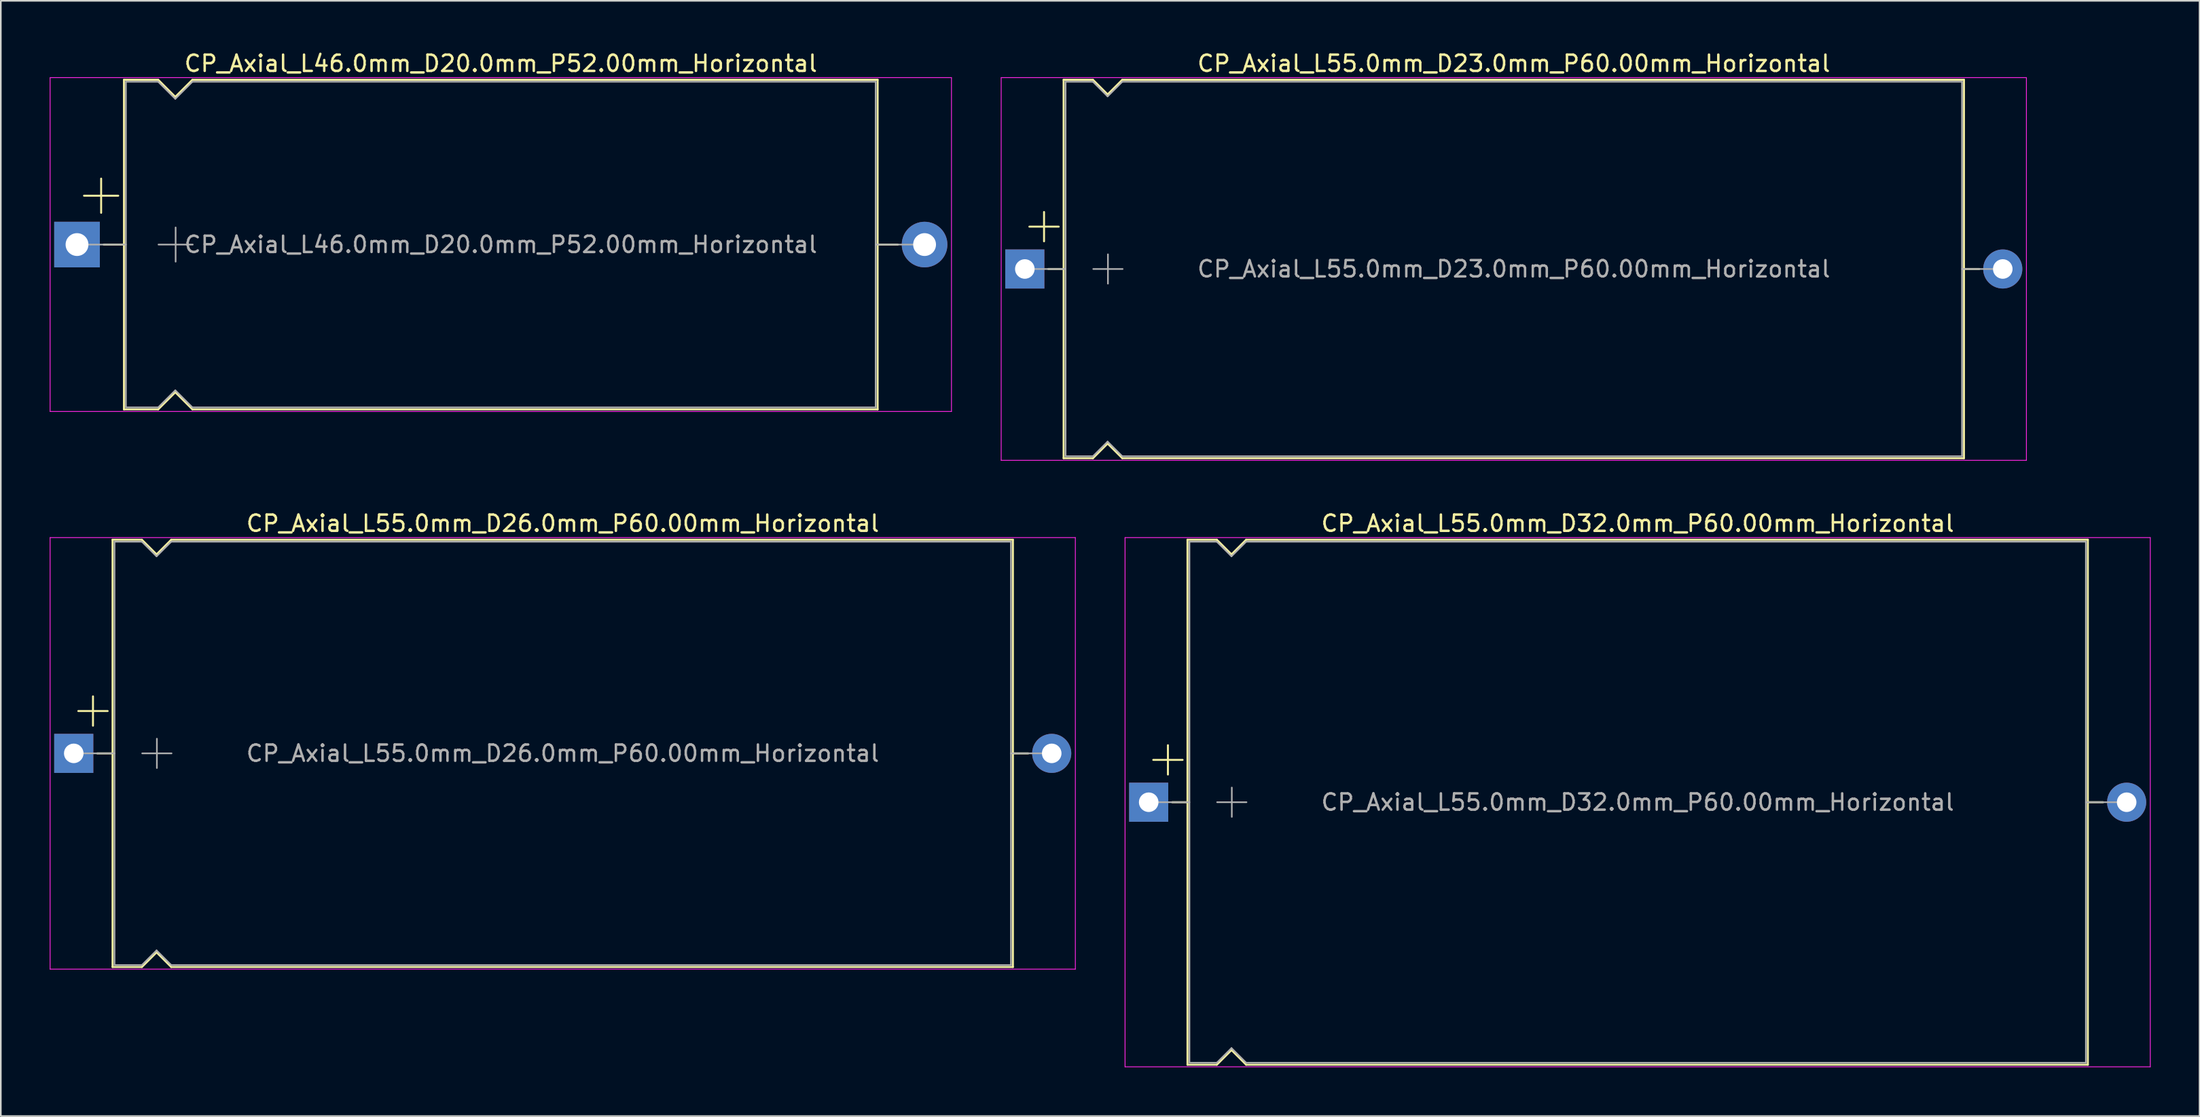
<source format=kicad_pcb>
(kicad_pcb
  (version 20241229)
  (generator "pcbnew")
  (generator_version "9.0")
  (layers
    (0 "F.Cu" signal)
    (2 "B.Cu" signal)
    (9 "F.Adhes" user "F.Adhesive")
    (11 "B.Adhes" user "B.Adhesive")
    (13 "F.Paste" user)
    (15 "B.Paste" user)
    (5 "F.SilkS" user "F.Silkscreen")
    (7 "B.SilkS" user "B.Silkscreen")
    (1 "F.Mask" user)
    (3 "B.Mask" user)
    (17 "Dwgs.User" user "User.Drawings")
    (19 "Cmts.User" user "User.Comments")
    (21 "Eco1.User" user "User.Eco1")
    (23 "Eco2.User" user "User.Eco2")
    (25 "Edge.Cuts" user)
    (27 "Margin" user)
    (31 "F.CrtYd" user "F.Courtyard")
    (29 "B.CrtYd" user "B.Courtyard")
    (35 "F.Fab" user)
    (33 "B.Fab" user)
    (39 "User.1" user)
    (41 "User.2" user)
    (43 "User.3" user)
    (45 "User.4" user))
  (footprint "CP_Axial_L46.0mm_D20.0mm_P52.00mm_Horizontal"
    (layer "F.Cu")
    (at 1.675 11.968)
    (property "Reference" "CP_Axial_L46.0mm_D20.0mm_P52.00mm_Horizontal" (at 26 -11.12 0) (layer "F.SilkS") (effects (font (size 1 1) (thickness 0.15))))
    (attr through_hole)
    (fp_line (start 0.43 -3) (end 2.53 -3) (stroke (width 0.12) (type solid)) (layer "F.SilkS"))
    (fp_line (start 1.48 -4.05) (end 1.48 -1.95) (stroke (width 0.12) (type solid)) (layer "F.SilkS"))
    (fp_line (start 1.64 0) (end 2.88 0) (stroke (width 0.12) (type solid)) (layer "F.SilkS"))
    (fp_line (start 2.88 -10.12) (end 2.88 10.12) (stroke (width 0.12) (type solid)) (layer "F.SilkS"))
    (fp_line (start 2.88 -10.12) (end 4.98 -10.12) (stroke (width 0.12) (type solid)) (layer "F.SilkS"))
    (fp_line (start 2.88 10.12) (end 4.98 10.12) (stroke (width 0.12) (type solid)) (layer "F.SilkS"))
    (fp_line (start 4.98 -10.12) (end 6.03 -9.07) (stroke (width 0.12) (type solid)) (layer "F.SilkS"))
    (fp_line (start 4.98 10.12) (end 6.03 9.07) (stroke (width 0.12) (type solid)) (layer "F.SilkS"))
    (fp_line (start 6.03 -9.07) (end 7.08 -10.12) (stroke (width 0.12) (type solid)) (layer "F.SilkS"))
    (fp_line (start 6.03 9.07) (end 7.08 10.12) (stroke (width 0.12) (type solid)) (layer "F.SilkS"))
    (fp_line (start 7.08 -10.12) (end 49.12 -10.12) (stroke (width 0.12) (type solid)) (layer "F.SilkS"))
    (fp_line (start 7.08 10.12) (end 49.12 10.12) (stroke (width 0.12) (type solid)) (layer "F.SilkS"))
    (fp_line (start 49.12 -10.12) (end 49.12 10.12) (stroke (width 0.12) (type solid)) (layer "F.SilkS"))
    (fp_line (start 50.36 0) (end 49.12 0) (stroke (width 0.12) (type solid)) (layer "F.SilkS"))
    (fp_line (start -1.65 -10.25) (end -1.65 10.25) (stroke (width 0.05) (type solid)) (layer "F.CrtYd"))
    (fp_line (start -1.65 10.25) (end 53.65 10.25) (stroke (width 0.05) (type solid)) (layer "F.CrtYd"))
    (fp_line (start 53.65 -10.25) (end -1.65 -10.25) (stroke (width 0.05) (type solid)) (layer "F.CrtYd"))
    (fp_line (start 53.65 10.25) (end 53.65 -10.25) (stroke (width 0.05) (type solid)) (layer "F.CrtYd"))
    (fp_line (start 0 0) (end 3 0) (stroke (width 0.1) (type solid)) (layer "F.Fab"))
    (fp_line (start 3 -10) (end 3 10) (stroke (width 0.1) (type solid)) (layer "F.Fab"))
    (fp_line (start 3 -10) (end 4.98 -10) (stroke (width 0.1) (type solid)) (layer "F.Fab"))
    (fp_line (start 3 10) (end 4.98 10) (stroke (width 0.1) (type solid)) (layer "F.Fab"))
    (fp_line (start 4.98 -10) (end 6.03 -8.95) (stroke (width 0.1) (type solid)) (layer "F.Fab"))
    (fp_line (start 4.98 10) (end 6.03 8.95) (stroke (width 0.1) (type solid)) (layer "F.Fab"))
    (fp_line (start 5 0) (end 7.1 0) (stroke (width 0.1) (type solid)) (layer "F.Fab"))
    (fp_line (start 6.03 -8.95) (end 7.08 -10) (stroke (width 0.1) (type solid)) (layer "F.Fab"))
    (fp_line (start 6.03 8.95) (end 7.08 10) (stroke (width 0.1) (type solid)) (layer "F.Fab"))
    (fp_line (start 6.05 -1.05) (end 6.05 1.05) (stroke (width 0.1) (type solid)) (layer "F.Fab"))
    (fp_line (start 7.08 -10) (end 49 -10) (stroke (width 0.1) (type solid)) (layer "F.Fab"))
    (fp_line (start 7.08 10) (end 49 10) (stroke (width 0.1) (type solid)) (layer "F.Fab"))
    (fp_line (start 49 -10) (end 49 10) (stroke (width 0.1) (type solid)) (layer "F.Fab"))
    (fp_line (start 52 0) (end 49 0) (stroke (width 0.1) (type solid)) (layer "F.Fab"))
    (fp_text user "${REFERENCE}" (at 26 0 0) (layer "F.Fab") (effects (font (size 1 1) (thickness 0.15))))
    (pad "1" thru_hole rect (at 0 0) (size 2.8 2.8) (drill 1.4) (layers "*.Cu" "*.Mask"))
    (pad "2" thru_hole oval (at 52 0) (size 2.8 2.8) (drill 1.4) (layers "*.Cu" "*.Mask")))
  (footprint "CP_Axial_L55.0mm_D32.0mm_P60.00mm_Horizontal"
    (layer "F.Cu")
    (at 67.425 46.212)
    (property "Reference" "CP_Axial_L55.0mm_D32.0mm_P60.00mm_Horizontal" (at 30 -17.12 0) (layer "F.SilkS") (effects (font (size 1 1) (thickness 0.15))))
    (attr through_hole)
    (fp_line (start 0.28 -2.6) (end 2.08 -2.6) (stroke (width 0.12) (type solid)) (layer "F.SilkS"))
    (fp_line (start 1.18 -3.5) (end 1.18 -1.7) (stroke (width 0.12) (type solid)) (layer "F.SilkS"))
    (fp_line (start 1.44 0) (end 2.38 0) (stroke (width 0.12) (type solid)) (layer "F.SilkS"))
    (fp_line (start 2.38 -16.12) (end 2.38 16.12) (stroke (width 0.12) (type solid)) (layer "F.SilkS"))
    (fp_line (start 2.38 -16.12) (end 4.18 -16.12) (stroke (width 0.12) (type solid)) (layer "F.SilkS"))
    (fp_line (start 2.38 16.12) (end 4.18 16.12) (stroke (width 0.12) (type solid)) (layer "F.SilkS"))
    (fp_line (start 4.18 -16.12) (end 5.08 -15.22) (stroke (width 0.12) (type solid)) (layer "F.SilkS"))
    (fp_line (start 4.18 16.12) (end 5.08 15.22) (stroke (width 0.12) (type solid)) (layer "F.SilkS"))
    (fp_line (start 5.08 -15.22) (end 5.98 -16.12) (stroke (width 0.12) (type solid)) (layer "F.SilkS"))
    (fp_line (start 5.08 15.22) (end 5.98 16.12) (stroke (width 0.12) (type solid)) (layer "F.SilkS"))
    (fp_line (start 5.98 -16.12) (end 57.62 -16.12) (stroke (width 0.12) (type solid)) (layer "F.SilkS"))
    (fp_line (start 5.98 16.12) (end 57.62 16.12) (stroke (width 0.12) (type solid)) (layer "F.SilkS"))
    (fp_line (start 57.62 -16.12) (end 57.62 16.12) (stroke (width 0.12) (type solid)) (layer "F.SilkS"))
    (fp_line (start 58.56 0) (end 57.62 0) (stroke (width 0.12) (type solid)) (layer "F.SilkS"))
    (fp_line (start -1.45 -16.25) (end -1.45 16.25) (stroke (width 0.05) (type solid)) (layer "F.CrtYd"))
    (fp_line (start -1.45 16.25) (end 61.45 16.25) (stroke (width 0.05) (type solid)) (layer "F.CrtYd"))
    (fp_line (start 61.45 -16.25) (end -1.45 -16.25) (stroke (width 0.05) (type solid)) (layer "F.CrtYd"))
    (fp_line (start 61.45 16.25) (end 61.45 -16.25) (stroke (width 0.05) (type solid)) (layer "F.CrtYd"))
    (fp_line (start 0 0) (end 2.5 0) (stroke (width 0.1) (type solid)) (layer "F.Fab"))
    (fp_line (start 2.5 -16) (end 2.5 16) (stroke (width 0.1) (type solid)) (layer "F.Fab"))
    (fp_line (start 2.5 -16) (end 4.18 -16) (stroke (width 0.1) (type solid)) (layer "F.Fab"))
    (fp_line (start 2.5 16) (end 4.18 16) (stroke (width 0.1) (type solid)) (layer "F.Fab"))
    (fp_line (start 4.18 -16) (end 5.08 -15.1) (stroke (width 0.1) (type solid)) (layer "F.Fab"))
    (fp_line (start 4.18 16) (end 5.08 15.1) (stroke (width 0.1) (type solid)) (layer "F.Fab"))
    (fp_line (start 4.2 0) (end 6 0) (stroke (width 0.1) (type solid)) (layer "F.Fab"))
    (fp_line (start 5.08 -15.1) (end 5.98 -16) (stroke (width 0.1) (type solid)) (layer "F.Fab"))
    (fp_line (start 5.08 15.1) (end 5.98 16) (stroke (width 0.1) (type solid)) (layer "F.Fab"))
    (fp_line (start 5.1 -0.9) (end 5.1 0.9) (stroke (width 0.1) (type solid)) (layer "F.Fab"))
    (fp_line (start 5.98 -16) (end 57.5 -16) (stroke (width 0.1) (type solid)) (layer "F.Fab"))
    (fp_line (start 5.98 16) (end 57.5 16) (stroke (width 0.1) (type solid)) (layer "F.Fab"))
    (fp_line (start 57.5 -16) (end 57.5 16) (stroke (width 0.1) (type solid)) (layer "F.Fab"))
    (fp_line (start 60 0) (end 57.5 0) (stroke (width 0.1) (type solid)) (layer "F.Fab"))
    (fp_text user "${REFERENCE}" (at 30 0 0) (layer "F.Fab") (effects (font (size 1 1) (thickness 0.15))))
    (pad "1" thru_hole rect (at 0 0) (size 2.4 2.4) (drill 1.2) (layers "*.Cu" "*.Mask"))
    (pad "2" thru_hole oval (at 60 0) (size 2.4 2.4) (drill 1.2) (layers "*.Cu" "*.Mask")))
  (footprint "CP_Axial_L55.0mm_D26.0mm_P60.00mm_Horizontal"
    (layer "F.Cu")
    (at 1.475 43.212)
    (property "Reference" "CP_Axial_L55.0mm_D26.0mm_P60.00mm_Horizontal" (at 30 -14.12 0) (layer "F.SilkS") (effects (font (size 1 1) (thickness 0.15))))
    (attr through_hole)
    (fp_line (start 0.28 -2.6) (end 2.08 -2.6) (stroke (width 0.12) (type solid)) (layer "F.SilkS"))
    (fp_line (start 1.18 -3.5) (end 1.18 -1.7) (stroke (width 0.12) (type solid)) (layer "F.SilkS"))
    (fp_line (start 1.44 0) (end 2.38 0) (stroke (width 0.12) (type solid)) (layer "F.SilkS"))
    (fp_line (start 2.38 -13.12) (end 2.38 13.12) (stroke (width 0.12) (type solid)) (layer "F.SilkS"))
    (fp_line (start 2.38 -13.12) (end 4.18 -13.12) (stroke (width 0.12) (type solid)) (layer "F.SilkS"))
    (fp_line (start 2.38 13.12) (end 4.18 13.12) (stroke (width 0.12) (type solid)) (layer "F.SilkS"))
    (fp_line (start 4.18 -13.12) (end 5.08 -12.22) (stroke (width 0.12) (type solid)) (layer "F.SilkS"))
    (fp_line (start 4.18 13.12) (end 5.08 12.22) (stroke (width 0.12) (type solid)) (layer "F.SilkS"))
    (fp_line (start 5.08 -12.22) (end 5.98 -13.12) (stroke (width 0.12) (type solid)) (layer "F.SilkS"))
    (fp_line (start 5.08 12.22) (end 5.98 13.12) (stroke (width 0.12) (type solid)) (layer "F.SilkS"))
    (fp_line (start 5.98 -13.12) (end 57.62 -13.12) (stroke (width 0.12) (type solid)) (layer "F.SilkS"))
    (fp_line (start 5.98 13.12) (end 57.62 13.12) (stroke (width 0.12) (type solid)) (layer "F.SilkS"))
    (fp_line (start 57.62 -13.12) (end 57.62 13.12) (stroke (width 0.12) (type solid)) (layer "F.SilkS"))
    (fp_line (start 58.56 0) (end 57.62 0) (stroke (width 0.12) (type solid)) (layer "F.SilkS"))
    (fp_line (start -1.45 -13.25) (end -1.45 13.25) (stroke (width 0.05) (type solid)) (layer "F.CrtYd"))
    (fp_line (start -1.45 13.25) (end 61.45 13.25) (stroke (width 0.05) (type solid)) (layer "F.CrtYd"))
    (fp_line (start 61.45 -13.25) (end -1.45 -13.25) (stroke (width 0.05) (type solid)) (layer "F.CrtYd"))
    (fp_line (start 61.45 13.25) (end 61.45 -13.25) (stroke (width 0.05) (type solid)) (layer "F.CrtYd"))
    (fp_line (start 0 0) (end 2.5 0) (stroke (width 0.1) (type solid)) (layer "F.Fab"))
    (fp_line (start 2.5 -13) (end 2.5 13) (stroke (width 0.1) (type solid)) (layer "F.Fab"))
    (fp_line (start 2.5 -13) (end 4.18 -13) (stroke (width 0.1) (type solid)) (layer "F.Fab"))
    (fp_line (start 2.5 13) (end 4.18 13) (stroke (width 0.1) (type solid)) (layer "F.Fab"))
    (fp_line (start 4.18 -13) (end 5.08 -12.1) (stroke (width 0.1) (type solid)) (layer "F.Fab"))
    (fp_line (start 4.18 13) (end 5.08 12.1) (stroke (width 0.1) (type solid)) (layer "F.Fab"))
    (fp_line (start 4.2 0) (end 6 0) (stroke (width 0.1) (type solid)) (layer "F.Fab"))
    (fp_line (start 5.08 -12.1) (end 5.98 -13) (stroke (width 0.1) (type solid)) (layer "F.Fab"))
    (fp_line (start 5.08 12.1) (end 5.98 13) (stroke (width 0.1) (type solid)) (layer "F.Fab"))
    (fp_line (start 5.1 -0.9) (end 5.1 0.9) (stroke (width 0.1) (type solid)) (layer "F.Fab"))
    (fp_line (start 5.98 -13) (end 57.5 -13) (stroke (width 0.1) (type solid)) (layer "F.Fab"))
    (fp_line (start 5.98 13) (end 57.5 13) (stroke (width 0.1) (type solid)) (layer "F.Fab"))
    (fp_line (start 57.5 -13) (end 57.5 13) (stroke (width 0.1) (type solid)) (layer "F.Fab"))
    (fp_line (start 60 0) (end 57.5 0) (stroke (width 0.1) (type solid)) (layer "F.Fab"))
    (fp_text user "${REFERENCE}" (at 30 0 0) (layer "F.Fab") (effects (font (size 1 1) (thickness 0.15))))
    (pad "1" thru_hole rect (at 0 0) (size 2.4 2.4) (drill 1.2) (layers "*.Cu" "*.Mask"))
    (pad "2" thru_hole oval (at 60 0) (size 2.4 2.4) (drill 1.2) (layers "*.Cu" "*.Mask")))
  (footprint "CP_Axial_L55.0mm_D23.0mm_P60.00mm_Horizontal"
    (layer "F.Cu")
    (at 59.825 13.468)
    (property "Reference" "CP_Axial_L55.0mm_D23.0mm_P60.00mm_Horizontal" (at 30 -12.62 0) (layer "F.SilkS") (effects (font (size 1 1) (thickness 0.15))))
    (attr through_hole)
    (fp_line (start 0.28 -2.6) (end 2.08 -2.6) (stroke (width 0.12) (type solid)) (layer "F.SilkS"))
    (fp_line (start 1.18 -3.5) (end 1.18 -1.7) (stroke (width 0.12) (type solid)) (layer "F.SilkS"))
    (fp_line (start 1.44 0) (end 2.38 0) (stroke (width 0.12) (type solid)) (layer "F.SilkS"))
    (fp_line (start 2.38 -11.62) (end 2.38 11.62) (stroke (width 0.12) (type solid)) (layer "F.SilkS"))
    (fp_line (start 2.38 -11.62) (end 4.18 -11.62) (stroke (width 0.12) (type solid)) (layer "F.SilkS"))
    (fp_line (start 2.38 11.62) (end 4.18 11.62) (stroke (width 0.12) (type solid)) (layer "F.SilkS"))
    (fp_line (start 4.18 -11.62) (end 5.08 -10.72) (stroke (width 0.12) (type solid)) (layer "F.SilkS"))
    (fp_line (start 4.18 11.62) (end 5.08 10.72) (stroke (width 0.12) (type solid)) (layer "F.SilkS"))
    (fp_line (start 5.08 -10.72) (end 5.98 -11.62) (stroke (width 0.12) (type solid)) (layer "F.SilkS"))
    (fp_line (start 5.08 10.72) (end 5.98 11.62) (stroke (width 0.12) (type solid)) (layer "F.SilkS"))
    (fp_line (start 5.98 -11.62) (end 57.62 -11.62) (stroke (width 0.12) (type solid)) (layer "F.SilkS"))
    (fp_line (start 5.98 11.62) (end 57.62 11.62) (stroke (width 0.12) (type solid)) (layer "F.SilkS"))
    (fp_line (start 57.62 -11.62) (end 57.62 11.62) (stroke (width 0.12) (type solid)) (layer "F.SilkS"))
    (fp_line (start 58.56 0) (end 57.62 0) (stroke (width 0.12) (type solid)) (layer "F.SilkS"))
    (fp_line (start -1.45 -11.75) (end -1.45 11.75) (stroke (width 0.05) (type solid)) (layer "F.CrtYd"))
    (fp_line (start -1.45 11.75) (end 61.45 11.75) (stroke (width 0.05) (type solid)) (layer "F.CrtYd"))
    (fp_line (start 61.45 -11.75) (end -1.45 -11.75) (stroke (width 0.05) (type solid)) (layer "F.CrtYd"))
    (fp_line (start 61.45 11.75) (end 61.45 -11.75) (stroke (width 0.05) (type solid)) (layer "F.CrtYd"))
    (fp_line (start 0 0) (end 2.5 0) (stroke (width 0.1) (type solid)) (layer "F.Fab"))
    (fp_line (start 2.5 -11.5) (end 2.5 11.5) (stroke (width 0.1) (type solid)) (layer "F.Fab"))
    (fp_line (start 2.5 -11.5) (end 4.18 -11.5) (stroke (width 0.1) (type solid)) (layer "F.Fab"))
    (fp_line (start 2.5 11.5) (end 4.18 11.5) (stroke (width 0.1) (type solid)) (layer "F.Fab"))
    (fp_line (start 4.18 -11.5) (end 5.08 -10.6) (stroke (width 0.1) (type solid)) (layer "F.Fab"))
    (fp_line (start 4.18 11.5) (end 5.08 10.6) (stroke (width 0.1) (type solid)) (layer "F.Fab"))
    (fp_line (start 4.2 0) (end 6 0) (stroke (width 0.1) (type solid)) (layer "F.Fab"))
    (fp_line (start 5.08 -10.6) (end 5.98 -11.5) (stroke (width 0.1) (type solid)) (layer "F.Fab"))
    (fp_line (start 5.08 10.6) (end 5.98 11.5) (stroke (width 0.1) (type solid)) (layer "F.Fab"))
    (fp_line (start 5.1 -0.9) (end 5.1 0.9) (stroke (width 0.1) (type solid)) (layer "F.Fab"))
    (fp_line (start 5.98 -11.5) (end 57.5 -11.5) (stroke (width 0.1) (type solid)) (layer "F.Fab"))
    (fp_line (start 5.98 11.5) (end 57.5 11.5) (stroke (width 0.1) (type solid)) (layer "F.Fab"))
    (fp_line (start 57.5 -11.5) (end 57.5 11.5) (stroke (width 0.1) (type solid)) (layer "F.Fab"))
    (fp_line (start 60 0) (end 57.5 0) (stroke (width 0.1) (type solid)) (layer "F.Fab"))
    (fp_text user "${REFERENCE}" (at 30 0 0) (layer "F.Fab") (effects (font (size 1 1) (thickness 0.15))))
    (pad "1" thru_hole rect (at 0 0) (size 2.4 2.4) (drill 1.2) (layers "*.Cu" "*.Mask"))
    (pad "2" thru_hole oval (at 60 0) (size 2.4 2.4) (drill 1.2) (layers "*.Cu" "*.Mask")))
  (gr_rect
    (start -3 -3)
    (end 131.9 65.487)
    (stroke (width 0.1) (type default))
    (fill no)
    (layer "Edge.Cuts")))
</source>
